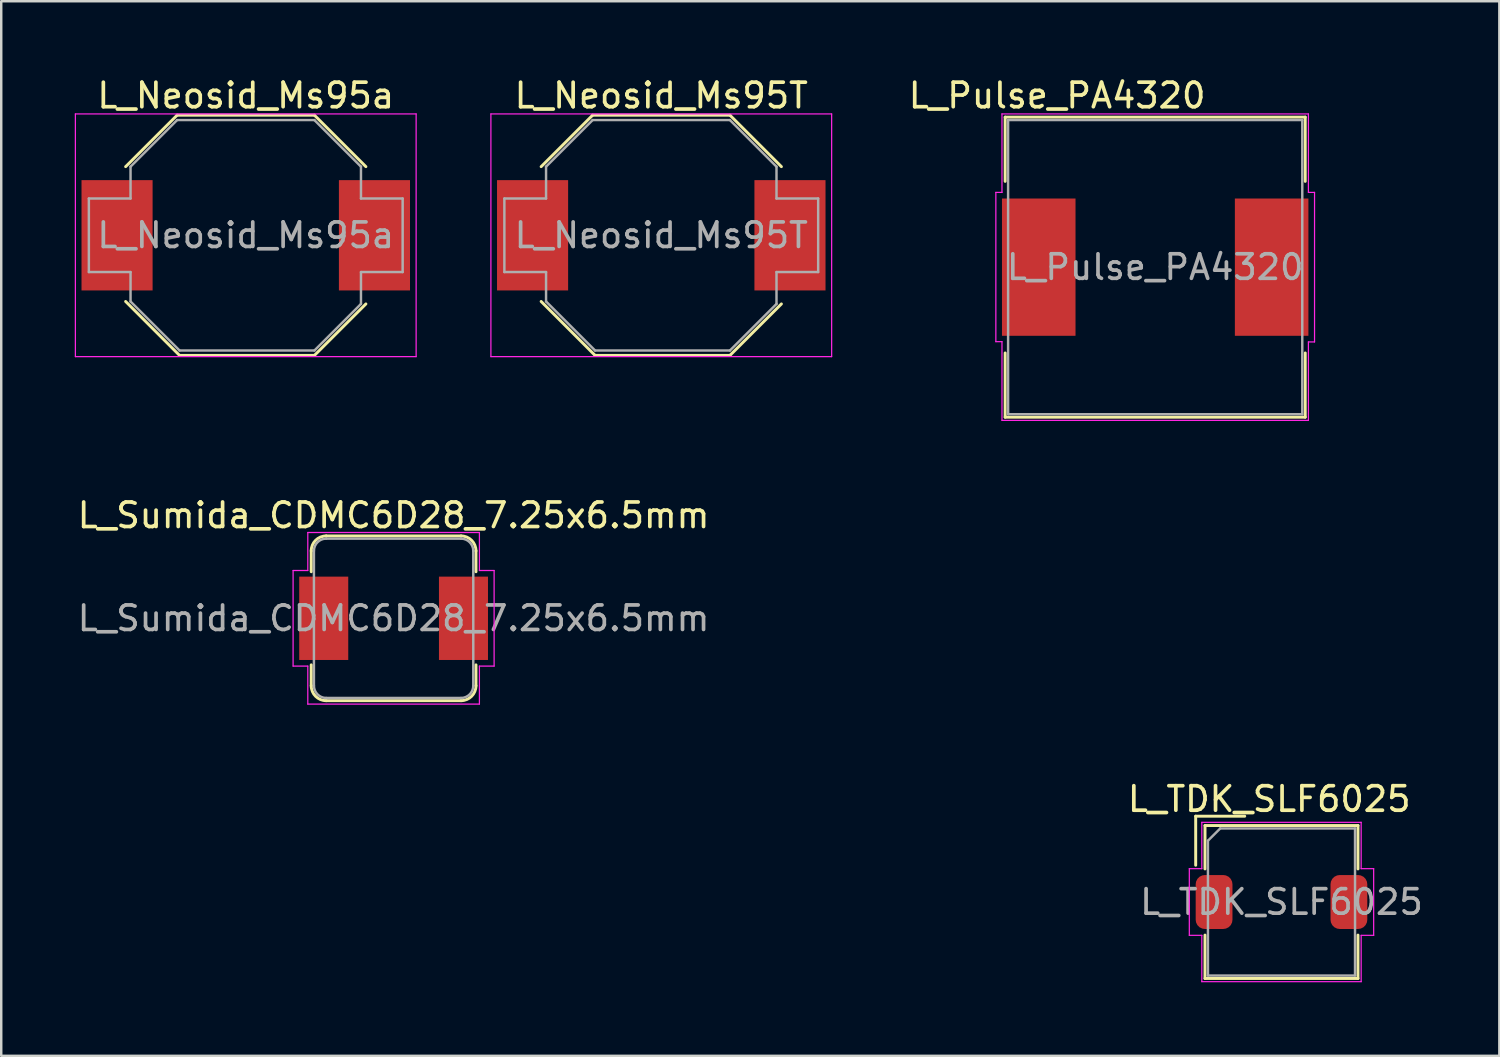
<source format=kicad_pcb>
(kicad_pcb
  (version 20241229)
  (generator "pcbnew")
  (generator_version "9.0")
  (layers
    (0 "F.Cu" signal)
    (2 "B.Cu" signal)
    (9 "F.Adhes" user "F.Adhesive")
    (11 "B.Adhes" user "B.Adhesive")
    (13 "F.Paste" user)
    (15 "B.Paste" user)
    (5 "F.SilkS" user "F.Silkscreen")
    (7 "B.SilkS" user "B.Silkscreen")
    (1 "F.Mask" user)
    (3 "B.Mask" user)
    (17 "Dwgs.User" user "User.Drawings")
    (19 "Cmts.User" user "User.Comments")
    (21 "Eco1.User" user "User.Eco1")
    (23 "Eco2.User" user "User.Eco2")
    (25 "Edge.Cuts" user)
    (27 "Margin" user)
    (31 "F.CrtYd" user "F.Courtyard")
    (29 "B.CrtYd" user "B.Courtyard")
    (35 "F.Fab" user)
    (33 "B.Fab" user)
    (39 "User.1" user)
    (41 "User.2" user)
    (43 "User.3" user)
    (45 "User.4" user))
  (footprint "L_TDK_SLF6025"
    (layer "F.Cu")
    (at 49.225 33.745)
    (property "Reference" "L_TDK_SLF6025" (at -0.5 -4.2 0) (layer "F.SilkS") (effects (font (size 1 1) (thickness 0.15))))
    (attr smd)
    (fp_line (start -3.5 -3.5) (end -1.5 -3.5) (stroke (width 0.12) (type solid)) (layer "F.SilkS"))
    (fp_line (start -3.5 -1.5) (end -3.5 -3.5) (stroke (width 0.12) (type solid)) (layer "F.SilkS"))
    (fp_line (start -3.12 -3.12) (end -3.12 -1.35) (stroke (width 0.12) (type solid)) (layer "F.SilkS"))
    (fp_line (start -3.12 -3.12) (end 3.12 -3.12) (stroke (width 0.12) (type solid)) (layer "F.SilkS"))
    (fp_line (start -3.12 1.35) (end -3.12 3.12) (stroke (width 0.12) (type solid)) (layer "F.SilkS"))
    (fp_line (start -3.12 3.12) (end 3.12 3.12) (stroke (width 0.12) (type solid)) (layer "F.SilkS"))
    (fp_line (start 3.12 -3.12) (end 3.12 -1.35) (stroke (width 0.12) (type solid)) (layer "F.SilkS"))
    (fp_line (start 3.12 1.35) (end 3.12 3.12) (stroke (width 0.12) (type solid)) (layer "F.SilkS"))
    (fp_line (start -3.76 -1.36) (end -3.76 1.36) (stroke (width 0.05) (type solid)) (layer "F.CrtYd"))
    (fp_line (start -3.76 1.36) (end -3.25 1.36) (stroke (width 0.05) (type solid)) (layer "F.CrtYd"))
    (fp_line (start -3.25 -3.25) (end -3.25 -1.36) (stroke (width 0.05) (type solid)) (layer "F.CrtYd"))
    (fp_line (start -3.25 -3.25) (end 3.25 -3.25) (stroke (width 0.05) (type solid)) (layer "F.CrtYd"))
    (fp_line (start -3.25 -1.36) (end -3.76 -1.36) (stroke (width 0.05) (type solid)) (layer "F.CrtYd"))
    (fp_line (start -3.25 1.36) (end -3.25 3.25) (stroke (width 0.05) (type solid)) (layer "F.CrtYd"))
    (fp_line (start -3.25 3.25) (end 3.25 3.25) (stroke (width 0.05) (type solid)) (layer "F.CrtYd"))
    (fp_line (start 3.25 -3.25) (end 3.25 -1.36) (stroke (width 0.05) (type solid)) (layer "F.CrtYd"))
    (fp_line (start 3.25 -1.36) (end 3.76 -1.36) (stroke (width 0.05) (type solid)) (layer "F.CrtYd"))
    (fp_line (start 3.25 1.36) (end 3.25 3.25) (stroke (width 0.05) (type solid)) (layer "F.CrtYd"))
    (fp_line (start 3.76 -1.36) (end 3.76 1.36) (stroke (width 0.05) (type solid)) (layer "F.CrtYd"))
    (fp_line (start 3.76 1.36) (end 3.25 1.36) (stroke (width 0.05) (type solid)) (layer "F.CrtYd"))
    (fp_line (start -3 -2.5) (end -2.5 -3) (stroke (width 0.1) (type solid)) (layer "F.Fab"))
    (fp_line (start -3 3) (end -3 -2.5) (stroke (width 0.1) (type solid)) (layer "F.Fab"))
    (fp_line (start -2.5 -3) (end 3 -3) (stroke (width 0.1) (type solid)) (layer "F.Fab"))
    (fp_line (start 3 -3) (end 3 3) (stroke (width 0.1) (type solid)) (layer "F.Fab"))
    (fp_line (start 3 3) (end -3 3) (stroke (width 0.1) (type solid)) (layer "F.Fab"))
    (fp_text user "" (at -49 0.05 0) (layer "F.SilkS") (effects (font (size 3 3) (thickness 0.15))))
    (fp_text user "${REFERENCE}" (at 0 0 0) (layer "F.Fab") (effects (font (size 1 1) (thickness 0.15))))
    (pad "1" smd roundrect (at -2.75 0) (size 1.5 2.2) (layers "F.Cu" "F.Mask" "F.Paste") (roundrect_rratio 0.25))
    (pad "2" smd roundrect (at 2.75 0) (size 1.5 2.2) (layers "F.Cu" "F.Mask" "F.Paste") (roundrect_rratio 0.25)))
  (footprint "L_Pulse_PA4320"
    (layer "F.Cu")
    (at 44.073 7.848)
    (property "Reference" "L_Pulse_PA4320" (at -4 -7 0) (layer "F.SilkS") (effects (font (size 1 1) (thickness 0.15))))
    (attr smd)
    (fp_line (start -6.12 -6.12) (end -6.12 -3.5) (stroke (width 0.12) (type solid)) (layer "F.SilkS"))
    (fp_line (start -6.12 -6.12) (end 6.12 -6.12) (stroke (width 0.12) (type solid)) (layer "F.SilkS"))
    (fp_line (start -6.12 3.5) (end -6.12 6.12) (stroke (width 0.12) (type solid)) (layer "F.SilkS"))
    (fp_line (start -6.12 6.12) (end 6.12 6.12) (stroke (width 0.12) (type solid)) (layer "F.SilkS"))
    (fp_line (start 6.12 -6.12) (end 6.12 -3.5) (stroke (width 0.12) (type solid)) (layer "F.SilkS"))
    (fp_line (start 6.12 3.5) (end 6.12 6.12) (stroke (width 0.12) (type solid)) (layer "F.SilkS"))
    (fp_line (start -6.5 3.04) (end -6.5 -3.05) (stroke (width 0.05) (type solid)) (layer "F.CrtYd"))
    (fp_line (start -6.25 -6.25) (end -6.25 -3.05) (stroke (width 0.05) (type solid)) (layer "F.CrtYd"))
    (fp_line (start -6.25 -6.25) (end 6.25 -6.25) (stroke (width 0.05) (type solid)) (layer "F.CrtYd"))
    (fp_line (start -6.25 -3.05) (end -6.5 -3.05) (stroke (width 0.05) (type solid)) (layer "F.CrtYd"))
    (fp_line (start -6.25 3.04) (end -6.5 3.04) (stroke (width 0.05) (type solid)) (layer "F.CrtYd"))
    (fp_line (start -6.25 3.04) (end -6.25 6.25) (stroke (width 0.05) (type solid)) (layer "F.CrtYd"))
    (fp_line (start 6.25 -6.25) (end 6.25 -3.05) (stroke (width 0.05) (type solid)) (layer "F.CrtYd"))
    (fp_line (start 6.25 -3.05) (end 6.5 -3.05) (stroke (width 0.05) (type solid)) (layer "F.CrtYd"))
    (fp_line (start 6.25 3.05) (end 6.25 6.25) (stroke (width 0.05) (type solid)) (layer "F.CrtYd"))
    (fp_line (start 6.25 6.25) (end -6.25 6.25) (stroke (width 0.05) (type solid)) (layer "F.CrtYd"))
    (fp_line (start 6.5 -3.05) (end 6.5 3.05) (stroke (width 0.05) (type solid)) (layer "F.CrtYd"))
    (fp_line (start 6.5 3.05) (end 6.25 3.05) (stroke (width 0.05) (type solid)) (layer "F.CrtYd"))
    (fp_line (start -6 -6) (end 6 -6) (stroke (width 0.1) (type solid)) (layer "F.Fab"))
    (fp_line (start -6 6) (end -6 -6) (stroke (width 0.1) (type solid)) (layer "F.Fab"))
    (fp_line (start 6 -6) (end 6 6) (stroke (width 0.1) (type solid)) (layer "F.Fab"))
    (fp_line (start 6 6) (end -6 6) (stroke (width 0.1) (type solid)) (layer "F.Fab"))
    (fp_text user "${REFERENCE}" (at 0 0 0) (layer "F.Fab") (effects (font (size 1 1) (thickness 0.15))))
    (pad "1" smd rect (at -4.75 0 90) (size 5.6 3) (layers "F.Cu" "F.Mask" "F.Paste"))
    (pad "2" smd rect (at 4.75 0 90) (size 5.6 3) (layers "F.Cu" "F.Mask" "F.Paste")))
  (footprint "L_Neosid_Ms95a"
    (layer "F.Cu")
    (at 6.975 6.548)
    (property "Reference" "L_Neosid_Ms95a" (at 0 -5.7 0) (layer "F.SilkS") (effects (font (size 1 1) (thickness 0.15))))
    (attr smd)
    (fp_line (start -4.9 -2.8) (end -2.8 -4.9) (stroke (width 0.12) (type solid)) (layer "F.SilkS"))
    (fp_line (start -2.8 -4.9) (end 2.8 -4.9) (stroke (width 0.12) (type solid)) (layer "F.SilkS"))
    (fp_line (start -2.7 4.9) (end -4.9 2.7) (stroke (width 0.12) (type solid)) (layer "F.SilkS"))
    (fp_line (start -2.7 4.9) (end 2.8 4.9) (stroke (width 0.12) (type solid)) (layer "F.SilkS"))
    (fp_line (start 2.8 -4.9) (end 4.9 -2.8) (stroke (width 0.12) (type solid)) (layer "F.SilkS"))
    (fp_line (start 2.8 4.9) (end 4.9 2.8) (stroke (width 0.12) (type solid)) (layer "F.SilkS"))
    (fp_line (start -6.95 -4.95) (end -6.95 4.95) (stroke (width 0.05) (type solid)) (layer "F.CrtYd"))
    (fp_line (start -6.95 -4.95) (end 6.95 -4.95) (stroke (width 0.05) (type solid)) (layer "F.CrtYd"))
    (fp_line (start 6.95 4.95) (end -6.95 4.95) (stroke (width 0.05) (type solid)) (layer "F.CrtYd"))
    (fp_line (start 6.95 4.95) (end 6.95 -4.95) (stroke (width 0.05) (type solid)) (layer "F.CrtYd"))
    (fp_line (start -6.4 -1.5) (end -6.4 1.5) (stroke (width 0.1) (type solid)) (layer "F.Fab"))
    (fp_line (start -6.4 -1.5) (end -4.7 -1.5) (stroke (width 0.1) (type solid)) (layer "F.Fab"))
    (fp_line (start -6.4 1.5) (end -4.7 1.5) (stroke (width 0.1) (type solid)) (layer "F.Fab"))
    (fp_line (start -4.7 -1.5) (end -4.7 -2.8) (stroke (width 0.1) (type solid)) (layer "F.Fab"))
    (fp_line (start -4.7 1.5) (end -4.7 2.7) (stroke (width 0.1) (type solid)) (layer "F.Fab"))
    (fp_line (start -4.7 2.7) (end -2.7 4.7) (stroke (width 0.1) (type solid)) (layer "F.Fab"))
    (fp_line (start -2.8 -4.7) (end -4.7 -2.8) (stroke (width 0.1) (type solid)) (layer "F.Fab"))
    (fp_line (start 2.8 -4.7) (end -2.8 -4.7) (stroke (width 0.1) (type solid)) (layer "F.Fab"))
    (fp_line (start 2.8 4.7) (end -2.7 4.7) (stroke (width 0.1) (type solid)) (layer "F.Fab"))
    (fp_line (start 4.7 -2.8) (end 2.8 -4.7) (stroke (width 0.1) (type solid)) (layer "F.Fab"))
    (fp_line (start 4.7 -1.5) (end 4.7 -2.8) (stroke (width 0.1) (type solid)) (layer "F.Fab"))
    (fp_line (start 4.7 1.5) (end 6.4 1.5) (stroke (width 0.1) (type solid)) (layer "F.Fab"))
    (fp_line (start 4.7 2.8) (end 2.8 4.7) (stroke (width 0.1) (type solid)) (layer "F.Fab"))
    (fp_line (start 4.7 2.8) (end 4.7 1.5) (stroke (width 0.1) (type solid)) (layer "F.Fab"))
    (fp_line (start 6.4 -1.5) (end 4.7 -1.5) (stroke (width 0.1) (type solid)) (layer "F.Fab"))
    (fp_line (start 6.4 1.5) (end 6.4 -1.5) (stroke (width 0.1) (type solid)) (layer "F.Fab"))
    (fp_text user "${REFERENCE}" (at 0 0 0) (layer "F.Fab") (effects (font (size 1 1) (thickness 0.15))))
    (pad "1" smd rect (at -5.25 0) (size 2.9 4.5) (layers "F.Cu" "F.Mask" "F.Paste"))
    (pad "2" smd rect (at 5.25 0) (size 2.9 4.5) (layers "F.Cu" "F.Mask" "F.Paste")))
  (footprint "L_Sumida_CDMC6D28_7.25x6.5mm"
    (layer "F.Cu")
    (at 13.006 22.172)
    (property "Reference" "L_Sumida_CDMC6D28_7.25x6.5mm" (at 0 -4.2 0) (layer "F.SilkS") (effects (font (size 1 1) (thickness 0.15))))
    (attr smd)
    (fp_line (start -3.36 -1.9) (end -3.36 -2.75) (stroke (width 0.12) (type solid)) (layer "F.SilkS"))
    (fp_line (start -3.36 2.75) (end -3.36 1.9) (stroke (width 0.12) (type solid)) (layer "F.SilkS"))
    (fp_line (start -2.75 -3.36) (end 2.75 -3.36) (stroke (width 0.12) (type solid)) (layer "F.SilkS"))
    (fp_line (start 2.75 3.36) (end -2.75 3.36) (stroke (width 0.12) (type solid)) (layer "F.SilkS"))
    (fp_line (start 3.36 -2.75) (end 3.36 -1.9) (stroke (width 0.12) (type solid)) (layer "F.SilkS"))
    (fp_line (start 3.36 1.9) (end 3.36 2.75) (stroke (width 0.12) (type solid)) (layer "F.SilkS"))
    (fp_arc (start -3.36 -2.75) (mid -3.181335 -3.181335) (end -2.75 -3.36) (stroke (width 0.12) (type solid)) (layer "F.SilkS"))
    (fp_arc (start -2.75 3.36) (mid -3.181335 3.181335) (end -3.36 2.75) (stroke (width 0.12) (type solid)) (layer "F.SilkS"))
    (fp_arc (start 2.75 -3.36) (mid 3.181335 -3.181335) (end 3.36 -2.75) (stroke (width 0.12) (type solid)) (layer "F.SilkS"))
    (fp_arc (start 3.36 2.75) (mid 3.181335 3.181335) (end 2.75 3.36) (stroke (width 0.12) (type solid)) (layer "F.SilkS"))
    (fp_line (start -4.1 -1.95) (end -3.5 -1.95) (stroke (width 0.05) (type solid)) (layer "F.CrtYd"))
    (fp_line (start -4.1 1.95) (end -4.1 -1.95) (stroke (width 0.05) (type solid)) (layer "F.CrtYd"))
    (fp_line (start -3.5 -3.5) (end 3.5 -3.5) (stroke (width 0.05) (type solid)) (layer "F.CrtYd"))
    (fp_line (start -3.5 -1.95) (end -3.5 -3.5) (stroke (width 0.05) (type solid)) (layer "F.CrtYd"))
    (fp_line (start -3.5 1.95) (end -4.1 1.95) (stroke (width 0.05) (type solid)) (layer "F.CrtYd"))
    (fp_line (start -3.5 3.5) (end -3.5 1.95) (stroke (width 0.05) (type solid)) (layer "F.CrtYd"))
    (fp_line (start 3.5 -3.5) (end 3.5 -1.95) (stroke (width 0.05) (type solid)) (layer "F.CrtYd"))
    (fp_line (start 3.5 -1.95) (end 4.1 -1.95) (stroke (width 0.05) (type solid)) (layer "F.CrtYd"))
    (fp_line (start 3.5 1.95) (end 3.5 3.5) (stroke (width 0.05) (type solid)) (layer "F.CrtYd"))
    (fp_line (start 3.5 3.5) (end -3.5 3.5) (stroke (width 0.05) (type solid)) (layer "F.CrtYd"))
    (fp_line (start 4.1 -1.95) (end 4.1 1.95) (stroke (width 0.05) (type solid)) (layer "F.CrtYd"))
    (fp_line (start 4.1 1.95) (end 3.5 1.95) (stroke (width 0.05) (type solid)) (layer "F.CrtYd"))
    (fp_line (start -3.25 2.75) (end -3.25 -2.75) (stroke (width 0.1) (type solid)) (layer "F.Fab"))
    (fp_line (start -2.75 -3.25) (end 2.75 -3.25) (stroke (width 0.1) (type solid)) (layer "F.Fab"))
    (fp_line (start 2.75 3.25) (end -2.75 3.25) (stroke (width 0.1) (type solid)) (layer "F.Fab"))
    (fp_line (start 3.25 -2.75) (end 3.25 2.75) (stroke (width 0.1) (type solid)) (layer "F.Fab"))
    (fp_arc (start -3.25 -2.75) (mid -3.103553 -3.103553) (end -2.75 -3.25) (stroke (width 0.1) (type solid)) (layer "F.Fab"))
    (fp_arc (start -2.75 3.25) (mid -3.103553 3.103553) (end -3.25 2.75) (stroke (width 0.1) (type solid)) (layer "F.Fab"))
    (fp_arc (start 2.75 -3.25) (mid 3.103553 -3.103553) (end 3.25 -2.75) (stroke (width 0.1) (type solid)) (layer "F.Fab"))
    (fp_arc (start 3.25 2.75) (mid 3.103553 3.103553) (end 2.75 3.25) (stroke (width 0.1) (type solid)) (layer "F.Fab"))
    (fp_text user "${REFERENCE}" (at 0 0 0) (layer "F.Fab") (effects (font (size 1 1) (thickness 0.15))))
    (pad "1" smd rect (at -2.85 0) (size 2 3.4) (layers "F.Cu" "F.Mask" "F.Paste"))
    (pad "2" smd rect (at 2.85 0) (size 2 3.4) (layers "F.Cu" "F.Mask" "F.Paste")))
  (footprint "L_Neosid_Ms95T"
    (layer "F.Cu")
    (at 23.925 6.548)
    (property "Reference" "L_Neosid_Ms95T" (at 0 -5.7 0) (layer "F.SilkS") (effects (font (size 1 1) (thickness 0.15))))
    (attr smd)
    (fp_line (start -4.9 -2.8) (end -2.8 -4.9) (stroke (width 0.12) (type solid)) (layer "F.SilkS"))
    (fp_line (start -2.8 -4.9) (end 2.8 -4.9) (stroke (width 0.12) (type solid)) (layer "F.SilkS"))
    (fp_line (start -2.7 4.9) (end -4.9 2.7) (stroke (width 0.12) (type solid)) (layer "F.SilkS"))
    (fp_line (start -2.7 4.9) (end 2.8 4.9) (stroke (width 0.12) (type solid)) (layer "F.SilkS"))
    (fp_line (start 2.8 -4.9) (end 4.9 -2.8) (stroke (width 0.12) (type solid)) (layer "F.SilkS"))
    (fp_line (start 2.8 4.9) (end 4.9 2.8) (stroke (width 0.12) (type solid)) (layer "F.SilkS"))
    (fp_line (start -6.95 -4.95) (end -6.95 4.95) (stroke (width 0.05) (type solid)) (layer "F.CrtYd"))
    (fp_line (start -6.95 -4.95) (end 6.95 -4.95) (stroke (width 0.05) (type solid)) (layer "F.CrtYd"))
    (fp_line (start 6.95 4.95) (end -6.95 4.95) (stroke (width 0.05) (type solid)) (layer "F.CrtYd"))
    (fp_line (start 6.95 4.95) (end 6.95 -4.95) (stroke (width 0.05) (type solid)) (layer "F.CrtYd"))
    (fp_line (start -6.4 -1.5) (end -6.4 1.5) (stroke (width 0.1) (type solid)) (layer "F.Fab"))
    (fp_line (start -6.4 -1.5) (end -4.7 -1.5) (stroke (width 0.1) (type solid)) (layer "F.Fab"))
    (fp_line (start -6.4 1.5) (end -4.7 1.5) (stroke (width 0.1) (type solid)) (layer "F.Fab"))
    (fp_line (start -4.7 -1.5) (end -4.7 -2.8) (stroke (width 0.1) (type solid)) (layer "F.Fab"))
    (fp_line (start -4.7 1.5) (end -4.7 2.7) (stroke (width 0.1) (type solid)) (layer "F.Fab"))
    (fp_line (start -4.7 2.7) (end -2.7 4.7) (stroke (width 0.1) (type solid)) (layer "F.Fab"))
    (fp_line (start -2.8 -4.7) (end -4.7 -2.8) (stroke (width 0.1) (type solid)) (layer "F.Fab"))
    (fp_line (start 2.8 -4.7) (end -2.8 -4.7) (stroke (width 0.1) (type solid)) (layer "F.Fab"))
    (fp_line (start 2.8 4.7) (end -2.7 4.7) (stroke (width 0.1) (type solid)) (layer "F.Fab"))
    (fp_line (start 4.7 -2.8) (end 2.8 -4.7) (stroke (width 0.1) (type solid)) (layer "F.Fab"))
    (fp_line (start 4.7 -1.5) (end 4.7 -2.8) (stroke (width 0.1) (type solid)) (layer "F.Fab"))
    (fp_line (start 4.7 1.5) (end 6.4 1.5) (stroke (width 0.1) (type solid)) (layer "F.Fab"))
    (fp_line (start 4.7 2.8) (end 2.8 4.7) (stroke (width 0.1) (type solid)) (layer "F.Fab"))
    (fp_line (start 4.7 2.8) (end 4.7 1.5) (stroke (width 0.1) (type solid)) (layer "F.Fab"))
    (fp_line (start 6.4 -1.5) (end 4.7 -1.5) (stroke (width 0.1) (type solid)) (layer "F.Fab"))
    (fp_line (start 6.4 1.5) (end 6.4 -1.5) (stroke (width 0.1) (type solid)) (layer "F.Fab"))
    (fp_text user "${REFERENCE}" (at 0 0 0) (layer "F.Fab") (effects (font (size 1 1) (thickness 0.15))))
    (pad "1" smd rect (at -5.25 0) (size 2.9 4.5) (layers "F.Cu" "F.Mask" "F.Paste"))
    (pad "2" smd rect (at 5.25 0) (size 2.9 4.5) (layers "F.Cu" "F.Mask" "F.Paste")))
  (gr_rect
    (start -3 -3)
    (end 58.112 40.02)
    (stroke (width 0.1) (type default))
    (fill no)
    (layer "Edge.Cuts")))
</source>
